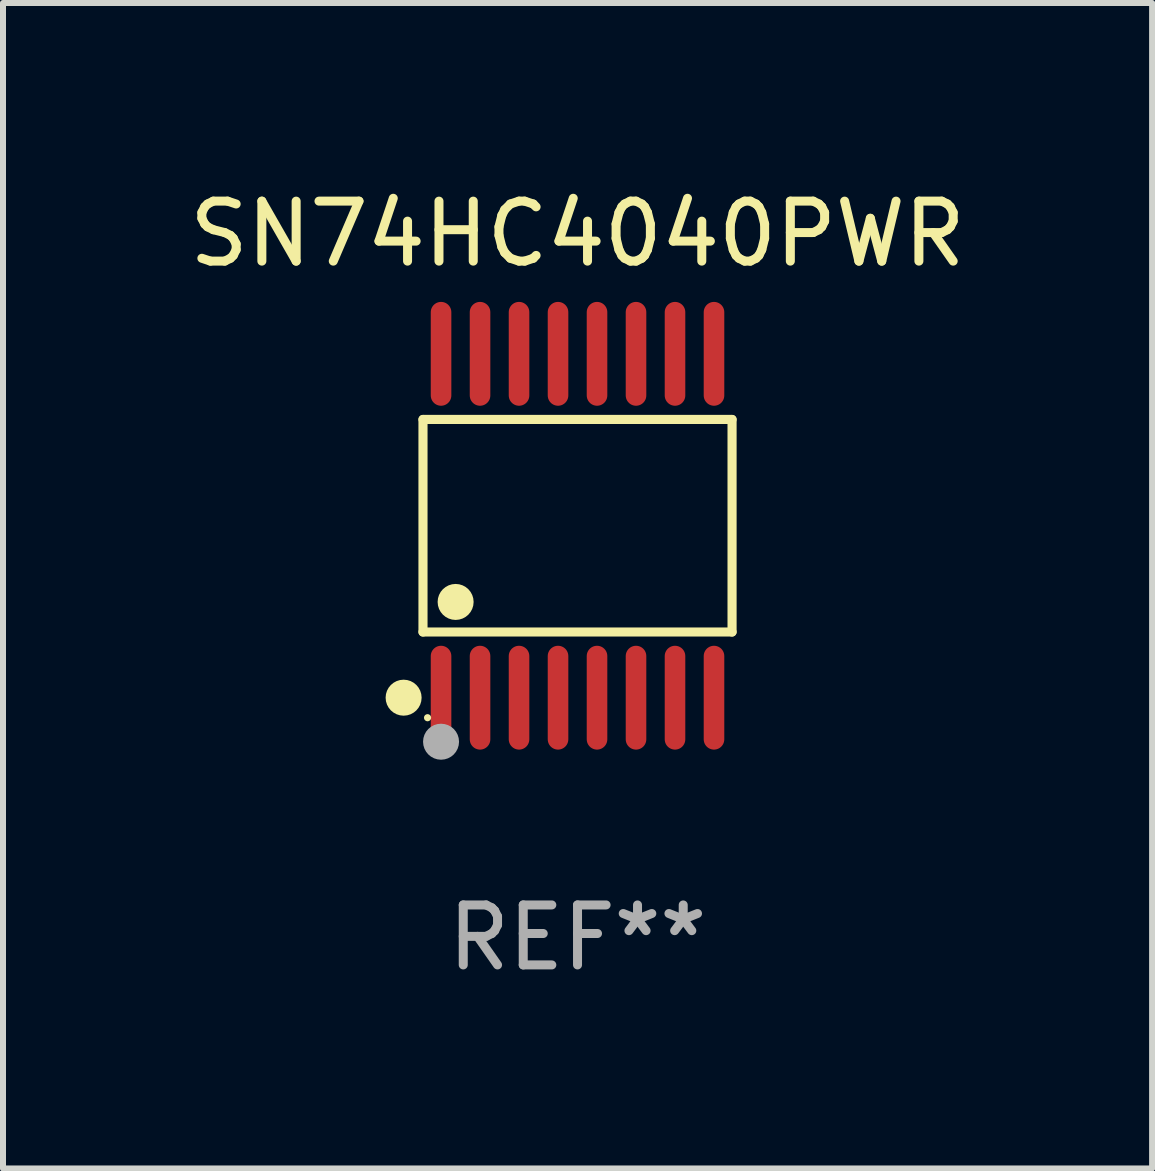
<source format=kicad_pcb>
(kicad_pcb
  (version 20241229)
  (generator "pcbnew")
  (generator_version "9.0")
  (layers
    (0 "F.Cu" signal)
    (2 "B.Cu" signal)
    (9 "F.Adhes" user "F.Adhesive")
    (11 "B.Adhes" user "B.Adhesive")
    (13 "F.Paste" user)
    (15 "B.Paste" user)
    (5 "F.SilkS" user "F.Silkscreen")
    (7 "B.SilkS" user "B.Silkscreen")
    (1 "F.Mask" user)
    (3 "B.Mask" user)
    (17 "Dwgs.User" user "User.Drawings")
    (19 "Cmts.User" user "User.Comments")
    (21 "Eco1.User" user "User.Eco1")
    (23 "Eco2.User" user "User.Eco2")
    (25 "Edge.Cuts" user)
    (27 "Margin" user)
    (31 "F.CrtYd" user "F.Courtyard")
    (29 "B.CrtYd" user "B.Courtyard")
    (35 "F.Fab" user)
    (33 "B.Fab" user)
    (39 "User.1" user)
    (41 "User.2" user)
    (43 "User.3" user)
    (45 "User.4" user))
  (footprint "SN74HC4040PWR"
    (layer "F.Cu")
    (at 6.577 5.714)
    (property "Reference" "SN74HC4040PWR" (at 0 -4.866 0) (layer "F.SilkS") (effects (font (size 1 1) (thickness 0.15))))
    (attr through_hole)
    (fp_line (start -2.576 -1.772) (end 2.576 -1.772) (stroke (width 0.152) (type solid)) (layer "F.SilkS"))
    (fp_line (start -2.576 1.771) (end -2.576 -1.772) (stroke (width 0.152) (type solid)) (layer "F.SilkS"))
    (fp_line (start 2.576 -1.772) (end 2.576 1.771) (stroke (width 0.152) (type solid)) (layer "F.SilkS"))
    (fp_line (start 2.576 1.771) (end -2.576 1.771) (stroke (width 0.152) (type solid)) (layer "F.SilkS"))
    (fp_circle (center -2.899 2.866) (end -2.749 2.866) (stroke (width 0.3) (type solid)) (fill no) (layer "F.SilkS"))
    (fp_circle (center -2.5 3.2) (end -2.47 3.2) (stroke (width 0.06) (type solid)) (fill no) (layer "F.SilkS"))
    (fp_circle (center -2.032 1.27) (end -1.882 1.27) (stroke (width 0.3) (type solid)) (fill no) (layer "F.SilkS"))
    (fp_circle (center -2.275 3.6) (end -2.125 3.6) (stroke (width 0.3) (type solid)) (fill no) (layer "F.Fab"))
    (fp_text user "REF**" (at 0 6.866 0) (layer "F.Fab") (effects (font (size 1 1) (thickness 0.15))))
    (pad "1" smd oval (at -2.275 2.866) (size 0.343 1.731) (layers "F.Cu" "F.Mask" "F.Paste"))
    (pad "2" smd oval (at -1.625 2.866) (size 0.343 1.731) (layers "F.Cu" "F.Mask" "F.Paste"))
    (pad "3" smd oval (at -0.975 2.866) (size 0.343 1.731) (layers "F.Cu" "F.Mask" "F.Paste"))
    (pad "4" smd oval (at -0.325 2.866) (size 0.343 1.731) (layers "F.Cu" "F.Mask" "F.Paste"))
    (pad "5" smd oval (at 0.325 2.866) (size 0.343 1.731) (layers "F.Cu" "F.Mask" "F.Paste"))
    (pad "6" smd oval (at 0.975 2.866) (size 0.343 1.731) (layers "F.Cu" "F.Mask" "F.Paste"))
    (pad "7" smd oval (at 1.625 2.866) (size 0.343 1.731) (layers "F.Cu" "F.Mask" "F.Paste"))
    (pad "8" smd oval (at 2.275 2.866) (size 0.343 1.731) (layers "F.Cu" "F.Mask" "F.Paste"))
    (pad "9" smd oval (at 2.275 -2.866) (size 0.343 1.731) (layers "F.Cu" "F.Mask" "F.Paste"))
    (pad "10" smd oval (at 1.625 -2.866) (size 0.343 1.731) (layers "F.Cu" "F.Mask" "F.Paste"))
    (pad "11" smd oval (at 0.975 -2.866) (size 0.343 1.731) (layers "F.Cu" "F.Mask" "F.Paste"))
    (pad "12" smd oval (at 0.325 -2.866) (size 0.343 1.731) (layers "F.Cu" "F.Mask" "F.Paste"))
    (pad "13" smd oval (at -0.325 -2.866) (size 0.343 1.731) (layers "F.Cu" "F.Mask" "F.Paste"))
    (pad "14" smd oval (at -0.975 -2.866) (size 0.343 1.731) (layers "F.Cu" "F.Mask" "F.Paste"))
    (pad "15" smd oval (at -1.625 -2.866) (size 0.343 1.731) (layers "F.Cu" "F.Mask" "F.Paste"))
    (pad "16" smd oval (at -2.275 -2.866) (size 0.343 1.731) (layers "F.Cu" "F.Mask" "F.Paste")))
  (gr_rect
    (start -3 -3)
    (end 16.155 16.428)
    (stroke (width 0.1) (type default))
    (fill no)
    (layer "Edge.Cuts")))
</source>
